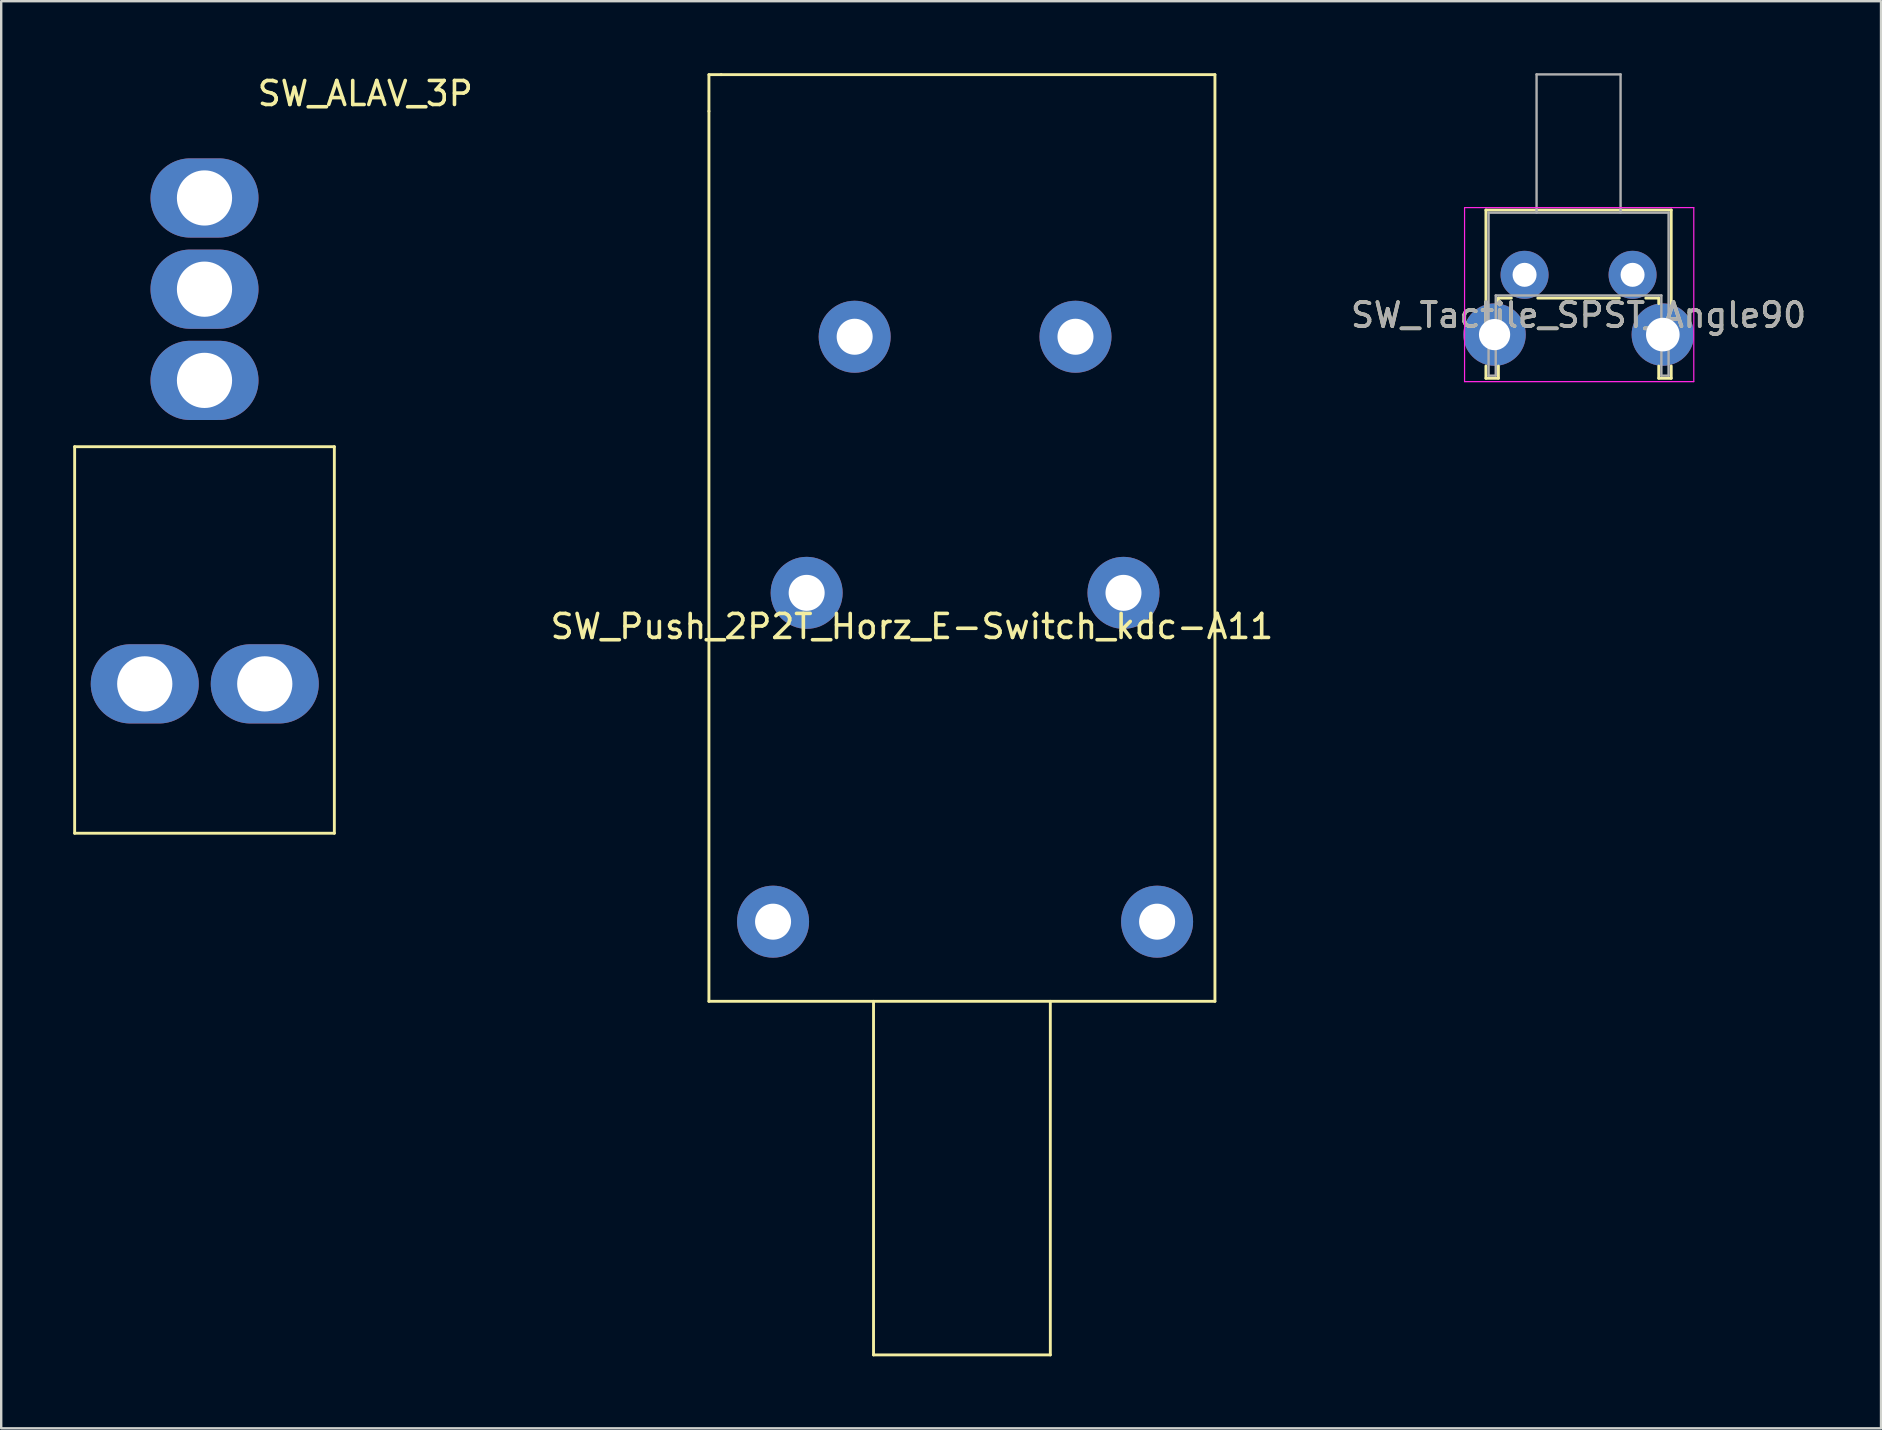
<source format=kicad_pcb>
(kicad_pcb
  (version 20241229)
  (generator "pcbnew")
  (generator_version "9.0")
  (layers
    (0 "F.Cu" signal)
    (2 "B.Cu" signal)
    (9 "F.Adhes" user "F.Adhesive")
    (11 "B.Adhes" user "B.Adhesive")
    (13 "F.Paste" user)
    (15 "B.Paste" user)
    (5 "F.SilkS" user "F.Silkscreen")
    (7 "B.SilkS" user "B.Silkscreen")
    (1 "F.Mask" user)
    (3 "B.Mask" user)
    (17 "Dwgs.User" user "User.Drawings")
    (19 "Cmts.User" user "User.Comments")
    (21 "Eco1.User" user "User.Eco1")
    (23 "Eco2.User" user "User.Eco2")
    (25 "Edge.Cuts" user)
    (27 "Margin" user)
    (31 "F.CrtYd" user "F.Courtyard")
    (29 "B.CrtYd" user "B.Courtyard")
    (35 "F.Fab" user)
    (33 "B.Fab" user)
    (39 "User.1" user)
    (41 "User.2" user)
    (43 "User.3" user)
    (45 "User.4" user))
  (footprint "SW_Push_2P2T_Horz_E-Switch_kdc-A11"
    (layer "F.Cu")
    (at 37.662 18.348)
    (property "Reference" "SW_Push_2P2T_Horz_E-Switch_kdc-A11" (at -2.718 4.704 0) (layer "F.SilkS") (effects (font (size 1 1) (thickness 0.15))))
    (attr through_hole)
    (fp_line (start -11.176 -18.288) (end -10.668 -18.288) (stroke (width 0.12) (type solid)) (layer "F.SilkS"))
    (fp_line (start -11.176 -16.764) (end -11.176 -18.288) (stroke (width 0.12) (type solid)) (layer "F.SilkS"))
    (fp_line (start -11.176 20.32) (end -11.176 -16.764) (stroke (width 0.12) (type solid)) (layer "F.SilkS"))
    (fp_line (start -10.668 -18.288) (end 9.906 -18.288) (stroke (width 0.12) (type solid)) (layer "F.SilkS"))
    (fp_line (start -4.318 20.32) (end -4.318 35.052) (stroke (width 0.12) (type solid)) (layer "F.SilkS"))
    (fp_line (start -4.318 35.052) (end 3.048 35.052) (stroke (width 0.12) (type solid)) (layer "F.SilkS"))
    (fp_line (start 3.048 35.052) (end 3.048 20.32) (stroke (width 0.12) (type solid)) (layer "F.SilkS"))
    (fp_line (start 9.906 -18.288) (end 9.906 20.32) (stroke (width 0.12) (type solid)) (layer "F.SilkS"))
    (fp_line (start 9.906 20.32) (end -11.176 20.32) (stroke (width 0.12) (type solid)) (layer "F.SilkS"))
    (pad "1" thru_hole circle (at 6.096 3.302) (size 3 3) (drill 1.5) (layers "*.Cu" "*.Mask"))
    (pad "2" thru_hole circle (at -8.504 17.002) (size 3 3) (drill 1.5) (layers "*.Cu" "*.Mask"))
    (pad "2" thru_hole circle (at 4.096 -7.368) (size 3 3) (drill 1.5) (layers "*.Cu" "*.Mask"))
    (pad "2" thru_hole circle (at 7.496 17.002) (size 3 3) (drill 1.5) (layers "*.Cu" "*.Mask"))
    (pad "3" thru_hole circle (at -7.104 3.302) (size 3 3) (drill 1.5) (layers "*.Cu" "*.Mask"))
    (pad "4" thru_hole circle (at -5.104 -7.368) (size 3 3) (drill 1.5) (layers "*.Cu" "*.Mask")))
  (footprint "SW_ALAV_3P"
    (layer "F.Cu")
    (at 5.47 5.198)
    (property "Reference" "SW_ALAV_3P" (at 6.7 -4.35 0) (layer "F.SilkS") (effects (font (size 1 1) (thickness 0.15))))
    (attr through_hole)
    (fp_line (start -5.41 10.363) (end 5.41 10.363) (stroke (width 0.12) (type solid)) (layer "F.SilkS"))
    (fp_line (start -5.41 26.467) (end -5.41 10.363) (stroke (width 0.12) (type solid)) (layer "F.SilkS"))
    (fp_line (start 5.41 10.363) (end 5.41 26.467) (stroke (width 0.12) (type solid)) (layer "F.SilkS"))
    (fp_line (start 5.41 26.467) (end -5.41 26.467) (stroke (width 0.12) (type solid)) (layer "F.SilkS"))
    (pad "1" thru_hole oval (at -2.489 20.244) (size 4.5 3.3) (drill 2.3) (layers "*.Cu" "*.Mask"))
    (pad "1" thru_hole oval (at 0 0) (size 4.5 3.3) (drill 2.3) (layers "*.Cu" "*.Mask"))
    (pad "2" thru_hole oval (at 0 3.8) (size 4.5 3.3) (drill 2.3) (layers "*.Cu" "*.Mask"))
    (pad "2" thru_hole oval (at 2.511 20.244) (size 4.5 3.3) (drill 2.3) (layers "*.Cu" "*.Mask"))
    (pad "3" thru_hole oval (at 0 7.6) (size 4.5 3.3) (drill 2.3) (layers "*.Cu" "*.Mask")))
  (footprint "SW_Tactile_SPST_Angle90"
    (layer "F.Cu")
    (at 60.468 8.4)
    (property "Reference" "SW_Tactile_SPST_Angle90" (at 2.25 1.68 0) (layer "F.SilkS") (effects (font (size 1 1) (thickness 0.15))))
    (attr through_hole)
    (fp_line (start -1.61 -2.7) (end -1.61 1.2) (stroke (width 0.12) (type solid)) (layer "F.SilkS"))
    (fp_line (start -1.61 -2.7) (end 6.11 -2.7) (stroke (width 0.12) (type solid)) (layer "F.SilkS"))
    (fp_line (start -1.61 3.8) (end -1.61 4.31) (stroke (width 0.12) (type solid)) (layer "F.SilkS"))
    (fp_line (start -1.61 4.31) (end -1.09 4.31) (stroke (width 0.12) (type solid)) (layer "F.SilkS"))
    (fp_line (start -1.09 0.97) (end -1.09 1.2) (stroke (width 0.12) (type solid)) (layer "F.SilkS"))
    (fp_line (start -1.09 0.97) (end -0.55 0.97) (stroke (width 0.12) (type solid)) (layer "F.SilkS"))
    (fp_line (start -1.09 3.8) (end -1.09 4.31) (stroke (width 0.12) (type solid)) (layer "F.SilkS"))
    (fp_line (start 0.55 0.97) (end 3.95 0.97) (stroke (width 0.12) (type solid)) (layer "F.SilkS"))
    (fp_line (start 5.05 0.97) (end 5.59 0.97) (stroke (width 0.12) (type solid)) (layer "F.SilkS"))
    (fp_line (start 5.59 0.97) (end 5.59 1.2) (stroke (width 0.12) (type solid)) (layer "F.SilkS"))
    (fp_line (start 5.59 3.8) (end 5.59 4.31) (stroke (width 0.12) (type solid)) (layer "F.SilkS"))
    (fp_line (start 5.59 4.31) (end 6.11 4.31) (stroke (width 0.12) (type solid)) (layer "F.SilkS"))
    (fp_line (start 6.11 -2.7) (end 6.11 1.2) (stroke (width 0.12) (type solid)) (layer "F.SilkS"))
    (fp_line (start 6.11 3.8) (end 6.11 4.31) (stroke (width 0.12) (type solid)) (layer "F.SilkS"))
    (fp_line (start -2.5 -2.8) (end 7.05 -2.8) (stroke (width 0.05) (type solid)) (layer "F.CrtYd"))
    (fp_line (start -2.5 4.45) (end -2.5 -2.8) (stroke (width 0.05) (type solid)) (layer "F.CrtYd"))
    (fp_line (start 7.05 -2.8) (end 7.05 4.45) (stroke (width 0.05) (type solid)) (layer "F.CrtYd"))
    (fp_line (start 7.05 4.45) (end -2.5 4.45) (stroke (width 0.05) (type solid)) (layer "F.CrtYd"))
    (fp_line (start -1.5 -2.59) (end 6 -2.59) (stroke (width 0.1) (type solid)) (layer "F.Fab"))
    (fp_line (start -1.5 4.2) (end -1.5 -2.59) (stroke (width 0.1) (type solid)) (layer "F.Fab"))
    (fp_line (start -1.5 4.2) (end -1.2 4.2) (stroke (width 0.1) (type solid)) (layer "F.Fab"))
    (fp_line (start -1.2 0.86) (end 5.7 0.86) (stroke (width 0.1) (type solid)) (layer "F.Fab"))
    (fp_line (start -1.2 4.2) (end -1.2 0.86) (stroke (width 0.1) (type solid)) (layer "F.Fab"))
    (fp_line (start 0.5 -8.35) (end 0.5 -2.59) (stroke (width 0.1) (type solid)) (layer "F.Fab"))
    (fp_line (start 0.5 -8.35) (end 4 -8.35) (stroke (width 0.1) (type solid)) (layer "F.Fab"))
    (fp_line (start 4 -8.35) (end 4 -2.59) (stroke (width 0.1) (type solid)) (layer "F.Fab"))
    (fp_line (start 5.7 4.2) (end 5.7 0.86) (stroke (width 0.1) (type solid)) (layer "F.Fab"))
    (fp_line (start 5.7 4.2) (end 6 4.2) (stroke (width 0.1) (type solid)) (layer "F.Fab"))
    (fp_line (start 6 4.2) (end 6 -2.59) (stroke (width 0.1) (type solid)) (layer "F.Fab"))
    (fp_text user "${REFERENCE}" (at 2.25 1.68 0) (layer "F.Fab") (effects (font (size 1 1) (thickness 0.15))))
    (pad "" thru_hole circle (at -1.25 2.49) (size 2.6 2.6) (drill 1.3) (layers "*.Cu" "*.Mask"))
    (pad "" thru_hole circle (at 5.76 2.49) (size 2.6 2.6) (drill 1.4) (layers "*.Cu" "*.Mask"))
    (pad "1" thru_hole circle (at 0 0) (size 2 2) (drill 1) (layers "*.Cu" "*.Mask"))
    (pad "2" thru_hole circle (at 4.5 0) (size 2 2) (drill 1) (layers "*.Cu" "*.Mask")))
  (gr_rect
    (start -3 -3)
    (end 75.319 56.46)
    (stroke (width 0.1) (type default))
    (fill no)
    (layer "Edge.Cuts")))
</source>
